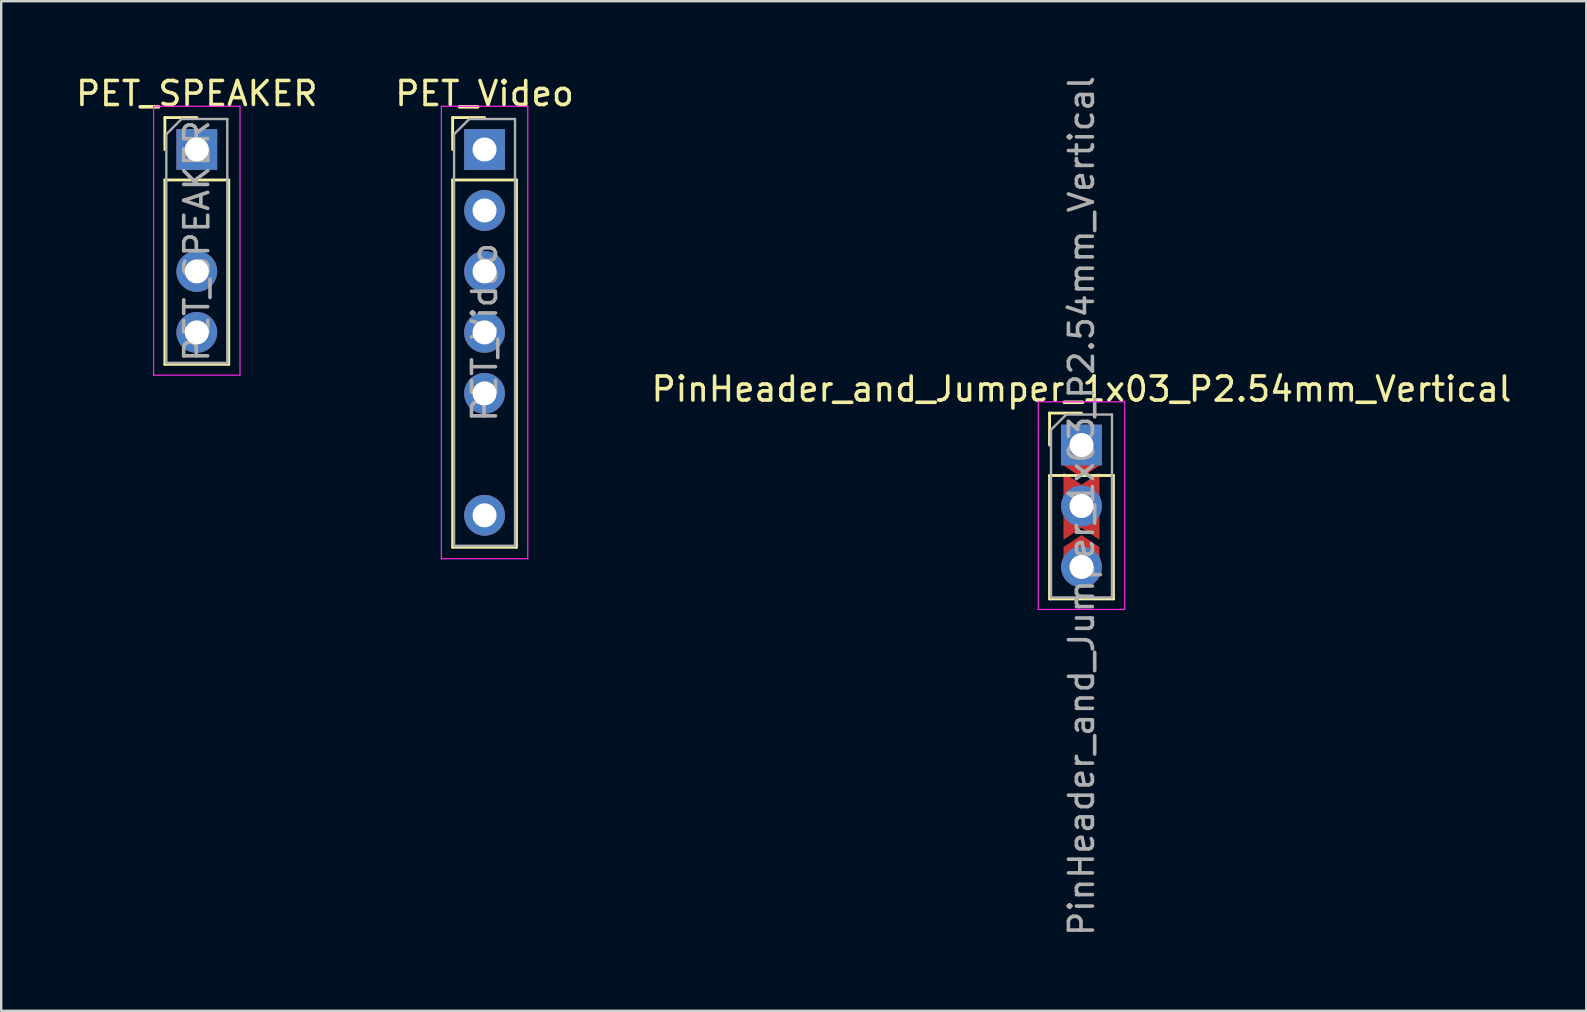
<source format=kicad_pcb>
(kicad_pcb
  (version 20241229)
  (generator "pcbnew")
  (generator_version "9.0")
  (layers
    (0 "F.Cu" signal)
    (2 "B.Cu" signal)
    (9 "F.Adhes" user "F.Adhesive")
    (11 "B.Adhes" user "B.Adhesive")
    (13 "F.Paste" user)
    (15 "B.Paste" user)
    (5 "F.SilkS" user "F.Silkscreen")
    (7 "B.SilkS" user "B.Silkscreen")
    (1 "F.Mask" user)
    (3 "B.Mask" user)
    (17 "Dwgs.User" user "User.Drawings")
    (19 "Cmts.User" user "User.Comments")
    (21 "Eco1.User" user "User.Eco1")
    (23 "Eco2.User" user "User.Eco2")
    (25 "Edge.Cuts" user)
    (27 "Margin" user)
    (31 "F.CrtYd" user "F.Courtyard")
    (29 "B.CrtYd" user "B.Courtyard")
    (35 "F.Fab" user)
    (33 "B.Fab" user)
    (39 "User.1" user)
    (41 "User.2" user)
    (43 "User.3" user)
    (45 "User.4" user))
  (footprint "PET_SPEAKER"
    (layer "F.Cu")
    (at 5.149 3.178)
    (property "Reference" "PET_SPEAKER" (at 0 -2.33 0) (layer "F.SilkS") (effects (font (size 1 1) (thickness 0.15))))
    (attr through_hole)
    (fp_line (start -1.33 -1.33) (end 0 -1.33) (stroke (width 0.12) (type solid)) (layer "F.SilkS"))
    (fp_line (start -1.33 0) (end -1.33 -1.33) (stroke (width 0.12) (type solid)) (layer "F.SilkS"))
    (fp_line (start -1.33 1.27) (end -1.33 8.95) (stroke (width 0.12) (type solid)) (layer "F.SilkS"))
    (fp_line (start -1.33 1.27) (end 1.33 1.27) (stroke (width 0.12) (type solid)) (layer "F.SilkS"))
    (fp_line (start -1.33 8.95) (end 1.33 8.95) (stroke (width 0.12) (type solid)) (layer "F.SilkS"))
    (fp_line (start 1.33 1.27) (end 1.33 8.95) (stroke (width 0.12) (type solid)) (layer "F.SilkS"))
    (fp_line (start -1.8 -1.8) (end -1.8 9.4) (stroke (width 0.05) (type solid)) (layer "F.CrtYd"))
    (fp_line (start -1.8 9.4) (end 1.8 9.4) (stroke (width 0.05) (type solid)) (layer "F.CrtYd"))
    (fp_line (start 1.8 -1.8) (end -1.8 -1.8) (stroke (width 0.05) (type solid)) (layer "F.CrtYd"))
    (fp_line (start 1.8 9.4) (end 1.8 -1.8) (stroke (width 0.05) (type solid)) (layer "F.CrtYd"))
    (fp_line (start -1.27 -0.635) (end -0.635 -1.27) (stroke (width 0.1) (type solid)) (layer "F.Fab"))
    (fp_line (start -1.27 8.89) (end -1.27 -0.635) (stroke (width 0.1) (type solid)) (layer "F.Fab"))
    (fp_line (start -0.635 -1.27) (end 1.27 -1.27) (stroke (width 0.1) (type solid)) (layer "F.Fab"))
    (fp_line (start 1.27 -1.27) (end 1.27 8.89) (stroke (width 0.1) (type solid)) (layer "F.Fab"))
    (fp_line (start 1.27 8.89) (end -1.27 8.89) (stroke (width 0.1) (type solid)) (layer "F.Fab"))
    (fp_text user "${REFERENCE}" (at 0 3.81 90) (layer "F.Fab") (effects (font (size 1 1) (thickness 0.15))))
    (pad "1" thru_hole rect (at 0 0) (size 1.7 1.7) (drill 1) (layers "*.Cu" "*.Mask"))
    (pad "3" thru_hole oval (at 0 5.08) (size 1.7 1.7) (drill 1) (layers "*.Cu" "*.Mask"))
    (pad "4" thru_hole oval (at 0 7.62) (size 1.7 1.7) (drill 1) (layers "*.Cu" "*.Mask")))
  (footprint "PET_Video"
    (layer "F.Cu")
    (at 17.137 3.178)
    (property "Reference" "PET_Video" (at 0 -2.33 0) (layer "F.SilkS") (effects (font (size 1 1) (thickness 0.15))))
    (attr through_hole)
    (fp_line (start -1.33 -1.33) (end 0 -1.33) (stroke (width 0.12) (type solid)) (layer "F.SilkS"))
    (fp_line (start -1.33 0) (end -1.33 -1.33) (stroke (width 0.12) (type solid)) (layer "F.SilkS"))
    (fp_line (start -1.33 1.27) (end -1.33 16.57) (stroke (width 0.12) (type solid)) (layer "F.SilkS"))
    (fp_line (start -1.33 1.27) (end 1.33 1.27) (stroke (width 0.12) (type solid)) (layer "F.SilkS"))
    (fp_line (start -1.33 16.57) (end 1.33 16.57) (stroke (width 0.12) (type solid)) (layer "F.SilkS"))
    (fp_line (start 1.33 1.27) (end 1.33 16.57) (stroke (width 0.12) (type solid)) (layer "F.SilkS"))
    (fp_line (start -1.8 -1.8) (end -1.8 17.05) (stroke (width 0.05) (type solid)) (layer "F.CrtYd"))
    (fp_line (start -1.8 17.05) (end 1.8 17.05) (stroke (width 0.05) (type solid)) (layer "F.CrtYd"))
    (fp_line (start 1.8 -1.8) (end -1.8 -1.8) (stroke (width 0.05) (type solid)) (layer "F.CrtYd"))
    (fp_line (start 1.8 17.05) (end 1.8 -1.8) (stroke (width 0.05) (type solid)) (layer "F.CrtYd"))
    (fp_line (start -1.27 -0.635) (end -0.635 -1.27) (stroke (width 0.1) (type solid)) (layer "F.Fab"))
    (fp_line (start -1.27 16.51) (end -1.27 -0.635) (stroke (width 0.1) (type solid)) (layer "F.Fab"))
    (fp_line (start -0.635 -1.27) (end 1.27 -1.27) (stroke (width 0.1) (type solid)) (layer "F.Fab"))
    (fp_line (start 1.27 -1.27) (end 1.27 16.51) (stroke (width 0.1) (type solid)) (layer "F.Fab"))
    (fp_line (start 1.27 16.51) (end -1.27 16.51) (stroke (width 0.1) (type solid)) (layer "F.Fab"))
    (fp_text user "${REFERENCE}" (at 0 7.62 90) (layer "F.Fab") (effects (font (size 1 1) (thickness 0.15))))
    (pad "1" thru_hole rect (at 0 0) (size 1.7 1.7) (drill 1) (layers "*.Cu" "*.Mask"))
    (pad "2" thru_hole oval (at 0 2.54) (size 1.7 1.7) (drill 1) (layers "*.Cu" "*.Mask"))
    (pad "3" thru_hole oval (at 0 5.08) (size 1.7 1.7) (drill 1) (layers "*.Cu" "*.Mask"))
    (pad "4" thru_hole oval (at 0 7.62) (size 1.7 1.7) (drill 1) (layers "*.Cu" "*.Mask"))
    (pad "5" thru_hole oval (at 0 10.16) (size 1.7 1.7) (drill 1) (layers "*.Cu" "*.Mask"))
    (pad "7" thru_hole oval (at 0 15.24) (size 1.7 1.7) (drill 1) (layers "*.Cu" "*.Mask")))
  (footprint "PinHeader_and_Jumper_1x03_P2.54mm_Vertical"
    (layer "F.Cu")
    (at 42.006 15.49)
    (property "Reference" "PinHeader_and_Jumper_1x03_P2.54mm_Vertical" (at 0 -2.33 0) (layer "F.SilkS") (effects (font (size 1 1) (thickness 0.15))))
    (attr through_hole)
    (fp_line (start -1.33 -1.33) (end 0 -1.33) (stroke (width 0.12) (type solid)) (layer "F.SilkS"))
    (fp_line (start -1.33 0) (end -1.33 -1.33) (stroke (width 0.12) (type solid)) (layer "F.SilkS"))
    (fp_line (start -1.33 1.27) (end -1.33 6.41) (stroke (width 0.12) (type solid)) (layer "F.SilkS"))
    (fp_line (start -1.33 1.27) (end 1.33 1.27) (stroke (width 0.12) (type solid)) (layer "F.SilkS"))
    (fp_line (start -1.33 6.41) (end 1.33 6.41) (stroke (width 0.12) (type solid)) (layer "F.SilkS"))
    (fp_line (start 1.33 1.27) (end 1.33 6.41) (stroke (width 0.12) (type solid)) (layer "F.SilkS"))
    (fp_line (start -1.8 -1.8) (end -1.8 6.85) (stroke (width 0.05) (type solid)) (layer "F.CrtYd"))
    (fp_line (start -1.8 6.85) (end 1.8 6.85) (stroke (width 0.05) (type solid)) (layer "F.CrtYd"))
    (fp_line (start 1.8 -1.8) (end -1.8 -1.8) (stroke (width 0.05) (type solid)) (layer "F.CrtYd"))
    (fp_line (start 1.8 6.85) (end 1.8 -1.8) (stroke (width 0.05) (type solid)) (layer "F.CrtYd"))
    (fp_line (start -1.27 -0.635) (end -0.635 -1.27) (stroke (width 0.1) (type solid)) (layer "F.Fab"))
    (fp_line (start -1.27 6.35) (end -1.27 -0.635) (stroke (width 0.1) (type solid)) (layer "F.Fab"))
    (fp_line (start -0.635 -1.27) (end 1.27 -1.27) (stroke (width 0.1) (type solid)) (layer "F.Fab"))
    (fp_line (start 1.27 -1.27) (end 1.27 6.35) (stroke (width 0.1) (type solid)) (layer "F.Fab"))
    (fp_line (start 1.27 6.35) (end -1.27 6.35) (stroke (width 0.1) (type solid)) (layer "F.Fab"))
    (fp_text user "${REFERENCE}" (at 0 2.54 90) (layer "F.Fab") (effects (font (size 1 1) (thickness 0.15))))
    (pad "" smd rect (at 0 1.34 270) (size 1.5 1.5) (layers "F.Mask"))
    (pad "" smd rect (at 0 3.74 270) (size 1.5 1.5) (layers "F.Mask"))
    (pad "1" thru_hole rect (at 0 0) (size 1.7 1.7) (drill 1) (layers "*.Cu" "*.Mask"))
    (pad "1" smd custom (at 0 0.35 270) (size 0.3 0.3) (layers "F.Cu" "F.Mask") (options (anchor rect)) (primitives (gr_poly (pts (xy 1 0) (xy 0.5 0.75) (xy -0.5 0.75) (xy -0.5 -0.75) (xy 0.5 -0.75)) (width 0) (fill yes))))
    (pad "2" smd custom (at 0 2.35 270) (size 0.3 0.3) (layers "F.Cu") (options (anchor rect)) (primitives (gr_poly (pts (xy 1.1 0) (xy 1.6 0.75) (xy -1.2 0.75) (xy -0.7 0) (xy -1.2 -0.75) (xy 1.6 -0.75)) (width 0) (fill yes))))
    (pad "2" thru_hole oval (at 0 2.54) (size 1.7 1.7) (drill 1) (layers "*.Cu" "*.Mask"))
    (pad "3" smd custom (at 0 4.75 90) (size 0.3 0.3) (layers "F.Cu" "F.Mask") (options (anchor rect)) (primitives (gr_poly (pts (xy 1 0) (xy 0.5 0.75) (xy -0.5 0.75) (xy -0.5 -0.75) (xy 0.5 -0.75)) (width 0) (fill yes))))
    (pad "3" thru_hole oval (at 0 5.08) (size 1.7 1.7) (drill 1) (layers "*.Cu" "*.Mask")))
  (gr_rect
    (start -3 -3)
    (end 63.036 39.06)
    (stroke (width 0.1) (type default))
    (fill no)
    (layer "Edge.Cuts")))
</source>
